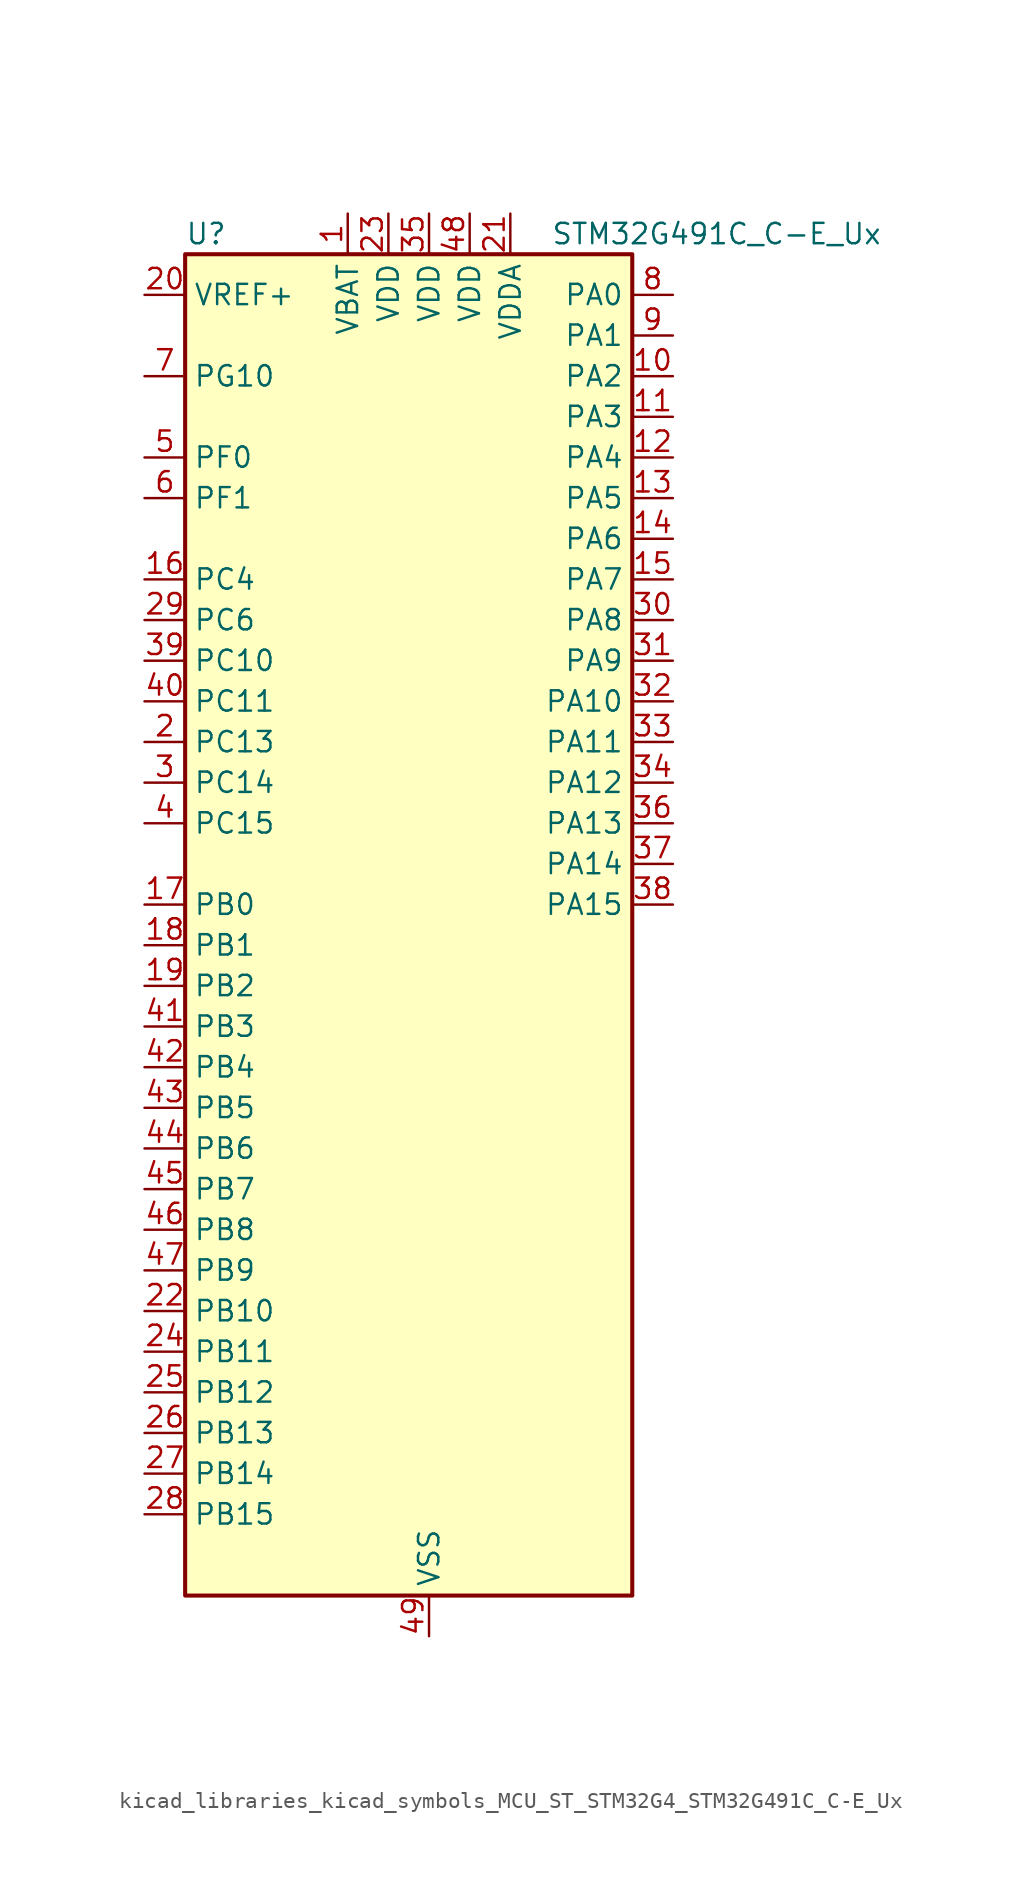
<source format=kicad_sym>
(kicad_symbol_lib
  (version 20220914)
  (generator kicad_symbol_editor)
  (symbol "kicad_libraries_kicad_symbols_MCU_ST_STM32G4_STM32G491C_C-E_Ux"
    (property "Reference" "U"
      (at -12.7 44.45 0)
      (effects (font (size 1.27 1.27)) (justify left)))
    (property "Value" "STM32G491C_C-E_Ux"
      (at 10.16 44.45 0)
      (effects (font (size 1.27 1.27)) (justify left)))
    (property "ki_locked" ""
      (at 0 0 0)
      (effects (font (size 1.27 1.27))))
    (symbol "kicad_libraries_kicad_symbols_MCU_ST_STM32G4_STM32G491C_C-E_Ux_0_1"
      (rectangle (start -12.7 -40.64) (end 15.24 43.18) (stroke (width 0.254) (type default)) (fill (type background))))
    (symbol "kicad_libraries_kicad_symbols_MCU_ST_STM32G4_STM32G491C_C-E_Ux_1_1"
      (pin power_in line (at -2.54 45.72 270) (length 2.54) (name "VBAT" (effects (font (size 1.27 1.27)))) (number "1" (effects (font (size 1.27 1.27)))))
      (pin bidirectional line (at 17.78 35.56 180) (length 2.54) (name "PA2" (effects (font (size 1.27 1.27)))) (number "10" (effects (font (size 1.27 1.27)))) (alternate "ADC1_IN3" bidirectional line) (alternate "ADC3_EXTI2" bidirectional line) (alternate "COMP2_INM" bidirectional line) (alternate "COMP2_OUT" bidirectional line) (alternate "LPUART1_TX" bidirectional line) (alternate "OPAMP1_VOUT" bidirectional line) (alternate "QUADSPI1_BK1_NCS" bidirectional line) (alternate "RCC_LSCO" bidirectional line) (alternate "SYS_WKUP4" bidirectional line) (alternate "TIM15_CH1" bidirectional line) (alternate "TIM2_CH3" bidirectional line) (alternate "UCPD1_FRSTX1" bidirectional line) (alternate "UCPD1_FRSTX2" bidirectional line) (alternate "USART2_TX" bidirectional line))
      (pin bidirectional line (at 17.78 33.02 180) (length 2.54) (name "PA3" (effects (font (size 1.27 1.27)))) (number "11" (effects (font (size 1.27 1.27)))) (alternate "ADC1_IN4" bidirectional line) (alternate "ADC3_EXTI3" bidirectional line) (alternate "COMP2_INP" bidirectional line) (alternate "LPUART1_RX" bidirectional line) (alternate "OPAMP1_VINM" bidirectional line) (alternate "OPAMP1_VINM0" bidirectional line) (alternate "OPAMP1_VINM_SEC" bidirectional line) (alternate "OPAMP1_VINP" bidirectional line) (alternate "OPAMP1_VINP_SEC" bidirectional line) (alternate "QUADSPI1_CLK" bidirectional line) (alternate "SAI1_CK1" bidirectional line) (alternate "SAI1_MCLK_A" bidirectional line) (alternate "TIM15_CH2" bidirectional line) (alternate "TIM2_CH4" bidirectional line) (alternate "USART2_RX" bidirectional line))
      (pin bidirectional line (at 17.78 30.48 180) (length 2.54) (name "PA4" (effects (font (size 1.27 1.27)))) (number "12" (effects (font (size 1.27 1.27)))) (alternate "ADC2_IN17" bidirectional line) (alternate "COMP1_INM" bidirectional line) (alternate "DAC1_OUT1" bidirectional line) (alternate "I2S3_WS" bidirectional line) (alternate "SAI1_FS_B" bidirectional line) (alternate "SPI1_NSS" bidirectional line) (alternate "SPI3_NSS" bidirectional line) (alternate "TIM3_CH2" bidirectional line) (alternate "USART2_CK" bidirectional line))
      (pin bidirectional line (at 17.78 27.94 180) (length 2.54) (name "PA5" (effects (font (size 1.27 1.27)))) (number "13" (effects (font (size 1.27 1.27)))) (alternate "ADC2_IN13" bidirectional line) (alternate "COMP2_INM" bidirectional line) (alternate "DAC1_OUT2" bidirectional line) (alternate "OPAMP2_VINM" bidirectional line) (alternate "OPAMP2_VINM0" bidirectional line) (alternate "OPAMP2_VINM_SEC" bidirectional line) (alternate "SPI1_SCK" bidirectional line) (alternate "TIM2_CH1" bidirectional line) (alternate "TIM2_ETR" bidirectional line) (alternate "UCPD1_FRSTX1" bidirectional line) (alternate "UCPD1_FRSTX2" bidirectional line))
      (pin bidirectional line (at 17.78 25.4 180) (length 2.54) (name "PA6" (effects (font (size 1.27 1.27)))) (number "14" (effects (font (size 1.27 1.27)))) (alternate "ADC2_IN3" bidirectional line) (alternate "COMP1_OUT" bidirectional line) (alternate "LPUART1_CTS" bidirectional line) (alternate "OPAMP2_VOUT" bidirectional line) (alternate "QUADSPI1_BK1_IO3" bidirectional line) (alternate "SPI1_MISO" bidirectional line) (alternate "TIM16_CH1" bidirectional line) (alternate "TIM1_BKIN" bidirectional line) (alternate "TIM3_CH1" bidirectional line) (alternate "TIM8_BKIN" bidirectional line))
      (pin bidirectional line (at 17.78 22.86 180) (length 2.54) (name "PA7" (effects (font (size 1.27 1.27)))) (number "15" (effects (font (size 1.27 1.27)))) (alternate "ADC2_IN4" bidirectional line) (alternate "COMP2_INP" bidirectional line) (alternate "COMP2_OUT" bidirectional line) (alternate "OPAMP1_VINP" bidirectional line) (alternate "OPAMP1_VINP_SEC" bidirectional line) (alternate "OPAMP2_VINP" bidirectional line) (alternate "OPAMP2_VINP_SEC" bidirectional line) (alternate "QUADSPI1_BK1_IO2" bidirectional line) (alternate "SPI1_MOSI" bidirectional line) (alternate "TIM17_CH1" bidirectional line) (alternate "TIM1_CH1N" bidirectional line) (alternate "TIM3_CH2" bidirectional line) (alternate "TIM8_CH1N" bidirectional line) (alternate "UCPD1_FRSTX1" bidirectional line) (alternate "UCPD1_FRSTX2" bidirectional line))
      (pin bidirectional line (at -15.24 22.86 0) (length 2.54) (name "PC4" (effects (font (size 1.27 1.27)))) (number "16" (effects (font (size 1.27 1.27)))) (alternate "ADC2_IN5" bidirectional line) (alternate "I2C2_SCL" bidirectional line) (alternate "QUADSPI1_BK2_IO3" bidirectional line) (alternate "TIM1_ETR" bidirectional line) (alternate "USART1_TX" bidirectional line))
      (pin bidirectional line (at -15.24 2.54 0) (length 2.54) (name "PB0" (effects (font (size 1.27 1.27)))) (number "17" (effects (font (size 1.27 1.27)))) (alternate "ADC1_IN15" bidirectional line) (alternate "ADC3_IN12" bidirectional line) (alternate "COMP4_INP" bidirectional line) (alternate "OPAMP2_VINP" bidirectional line) (alternate "OPAMP2_VINP_SEC" bidirectional line) (alternate "OPAMP3_VINP" bidirectional line) (alternate "OPAMP3_VINP_SEC" bidirectional line) (alternate "QUADSPI1_BK1_IO1" bidirectional line) (alternate "TIM1_CH2N" bidirectional line) (alternate "TIM3_CH3" bidirectional line) (alternate "TIM8_CH2N" bidirectional line) (alternate "UCPD1_FRSTX1" bidirectional line) (alternate "UCPD1_FRSTX2" bidirectional line))
      (pin bidirectional line (at -15.24 0 0) (length 2.54) (name "PB1" (effects (font (size 1.27 1.27)))) (number "18" (effects (font (size 1.27 1.27)))) (alternate "ADC1_IN12" bidirectional line) (alternate "ADC3_IN1" bidirectional line) (alternate "COMP1_INP" bidirectional line) (alternate "COMP4_OUT" bidirectional line) (alternate "LPUART1_DE" bidirectional line) (alternate "LPUART1_RTS" bidirectional line) (alternate "OPAMP3_VOUT" bidirectional line) (alternate "OPAMP6_VINM" bidirectional line) (alternate "OPAMP6_VINM1" bidirectional line) (alternate "OPAMP6_VINM_SEC" bidirectional line) (alternate "QUADSPI1_BK1_IO0" bidirectional line) (alternate "TIM1_CH3N" bidirectional line) (alternate "TIM3_CH4" bidirectional line) (alternate "TIM8_CH3N" bidirectional line))
      (pin bidirectional line (at -15.24 -2.54 0) (length 2.54) (name "PB2" (effects (font (size 1.27 1.27)))) (number "19" (effects (font (size 1.27 1.27)))) (alternate "ADC2_IN12" bidirectional line) (alternate "ADC3_EXTI2" bidirectional line) (alternate "COMP4_INM" bidirectional line) (alternate "I2C3_SMBA" bidirectional line) (alternate "LPTIM1_OUT" bidirectional line) (alternate "OPAMP3_VINM" bidirectional line) (alternate "OPAMP3_VINM0" bidirectional line) (alternate "OPAMP3_VINM_SEC" bidirectional line) (alternate "QUADSPI1_BK2_IO1" bidirectional line) (alternate "RTC_OUT2" bidirectional line) (alternate "TIM20_CH1" bidirectional line))
      (pin bidirectional line (at -15.24 12.7 0) (length 2.54) (name "PC13" (effects (font (size 1.27 1.27)))) (number "2" (effects (font (size 1.27 1.27)))) (alternate "RTC_OUT1" bidirectional line) (alternate "RTC_TAMP1" bidirectional line) (alternate "RTC_TS" bidirectional line) (alternate "SYS_WKUP2" bidirectional line) (alternate "TIM1_BKIN" bidirectional line) (alternate "TIM1_CH1N" bidirectional line) (alternate "TIM8_CH4N" bidirectional line))
      (pin input line (at -15.24 40.64 0) (length 2.54) (name "VREF+" (effects (font (size 1.27 1.27)))) (number "20" (effects (font (size 1.27 1.27)))) (alternate "VREFBUF_OUT" bidirectional line))
      (pin power_in line (at 7.62 45.72 270) (length 2.54) (name "VDDA" (effects (font (size 1.27 1.27)))) (number "21" (effects (font (size 1.27 1.27)))))
      (pin bidirectional line (at -15.24 -22.86 0) (length 2.54) (name "PB10" (effects (font (size 1.27 1.27)))) (number "22" (effects (font (size 1.27 1.27)))) (alternate "DAC1_EXTI10" bidirectional line) (alternate "DAC3_EXTI10" bidirectional line) (alternate "LPUART1_RX" bidirectional line) (alternate "OPAMP3_VINM" bidirectional line) (alternate "OPAMP3_VINM1" bidirectional line) (alternate "OPAMP3_VINM_SEC" bidirectional line) (alternate "QUADSPI1_CLK" bidirectional line) (alternate "SAI1_SCK_A" bidirectional line) (alternate "TIM1_BKIN" bidirectional line) (alternate "TIM2_CH3" bidirectional line) (alternate "USART3_TX" bidirectional line))
      (pin power_in line (at 0 45.72 270) (length 2.54) (name "VDD" (effects (font (size 1.27 1.27)))) (number "23" (effects (font (size 1.27 1.27)))))
      (pin bidirectional line (at -15.24 -25.4 0) (length 2.54) (name "PB11" (effects (font (size 1.27 1.27)))) (number "24" (effects (font (size 1.27 1.27)))) (alternate "ADC1_EXTI11" bidirectional line) (alternate "ADC1_IN14" bidirectional line) (alternate "ADC2_EXTI11" bidirectional line) (alternate "ADC2_IN14" bidirectional line) (alternate "LPUART1_TX" bidirectional line) (alternate "OPAMP6_VOUT" bidirectional line) (alternate "QUADSPI1_BK1_NCS" bidirectional line) (alternate "TIM2_CH4" bidirectional line) (alternate "USART3_RX" bidirectional line))
      (pin bidirectional line (at -15.24 -27.94 0) (length 2.54) (name "PB12" (effects (font (size 1.27 1.27)))) (number "25" (effects (font (size 1.27 1.27)))) (alternate "ADC1_IN11" bidirectional line) (alternate "FDCAN2_RX" bidirectional line) (alternate "I2C2_SMBA" bidirectional line) (alternate "I2S2_WS" bidirectional line) (alternate "LPUART1_DE" bidirectional line) (alternate "LPUART1_RTS" bidirectional line) (alternate "OPAMP6_VINP" bidirectional line) (alternate "OPAMP6_VINP_SEC" bidirectional line) (alternate "SPI2_NSS" bidirectional line) (alternate "TIM1_BKIN" bidirectional line) (alternate "USART3_CK" bidirectional line))
      (pin bidirectional line (at -15.24 -30.48 0) (length 2.54) (name "PB13" (effects (font (size 1.27 1.27)))) (number "26" (effects (font (size 1.27 1.27)))) (alternate "ADC3_IN5" bidirectional line) (alternate "FDCAN2_TX" bidirectional line) (alternate "I2S2_CK" bidirectional line) (alternate "LPUART1_CTS" bidirectional line) (alternate "OPAMP3_VINP" bidirectional line) (alternate "OPAMP3_VINP_SEC" bidirectional line) (alternate "OPAMP6_VINP" bidirectional line) (alternate "OPAMP6_VINP_SEC" bidirectional line) (alternate "SPI2_SCK" bidirectional line) (alternate "TIM1_CH1N" bidirectional line) (alternate "USART3_CTS" bidirectional line) (alternate "USART3_NSS" bidirectional line))
      (pin bidirectional line (at -15.24 -33.02 0) (length 2.54) (name "PB14" (effects (font (size 1.27 1.27)))) (number "27" (effects (font (size 1.27 1.27)))) (alternate "ADC1_IN5" bidirectional line) (alternate "COMP4_OUT" bidirectional line) (alternate "OPAMP2_VINP" bidirectional line) (alternate "OPAMP2_VINP_SEC" bidirectional line) (alternate "SPI2_MISO" bidirectional line) (alternate "TIM15_CH1" bidirectional line) (alternate "TIM1_CH2N" bidirectional line) (alternate "USART3_DE" bidirectional line) (alternate "USART3_RTS" bidirectional line))
      (pin bidirectional line (at -15.24 -35.56 0) (length 2.54) (name "PB15" (effects (font (size 1.27 1.27)))) (number "28" (effects (font (size 1.27 1.27)))) (alternate "ADC1_EXTI15" bidirectional line) (alternate "ADC2_EXTI15" bidirectional line) (alternate "ADC2_IN15" bidirectional line) (alternate "COMP3_OUT" bidirectional line) (alternate "I2S2_SD" bidirectional line) (alternate "RTC_REFIN" bidirectional line) (alternate "SPI2_MOSI" bidirectional line) (alternate "TIM15_CH1N" bidirectional line) (alternate "TIM15_CH2" bidirectional line) (alternate "TIM1_CH3N" bidirectional line))
      (pin bidirectional line (at -15.24 20.32 0) (length 2.54) (name "PC6" (effects (font (size 1.27 1.27)))) (number "29" (effects (font (size 1.27 1.27)))) (alternate "I2S2_MCK" bidirectional line) (alternate "TIM3_CH1" bidirectional line) (alternate "TIM8_CH1" bidirectional line))
      (pin bidirectional line (at -15.24 10.16 0) (length 2.54) (name "PC14" (effects (font (size 1.27 1.27)))) (number "3" (effects (font (size 1.27 1.27)))) (alternate "RCC_OSC32_IN" bidirectional line))
      (pin bidirectional line (at 17.78 20.32 180) (length 2.54) (name "PA8" (effects (font (size 1.27 1.27)))) (number "30" (effects (font (size 1.27 1.27)))) (alternate "I2C2_SDA" bidirectional line) (alternate "I2C3_SCL" bidirectional line) (alternate "I2S2_MCK" bidirectional line) (alternate "RCC_MCO" bidirectional line) (alternate "SAI1_CK2" bidirectional line) (alternate "SAI1_SCK_A" bidirectional line) (alternate "TIM1_CH1" bidirectional line) (alternate "TIM4_ETR" bidirectional line) (alternate "USART1_CK" bidirectional line))
      (pin bidirectional line (at 17.78 17.78 180) (length 2.54) (name "PA9" (effects (font (size 1.27 1.27)))) (number "31" (effects (font (size 1.27 1.27)))) (alternate "DAC1_EXTI9" bidirectional line) (alternate "DAC3_EXTI9" bidirectional line) (alternate "I2C2_SCL" bidirectional line) (alternate "I2C3_SMBA" bidirectional line) (alternate "I2S3_MCK" bidirectional line) (alternate "SAI1_FS_A" bidirectional line) (alternate "TIM15_BKIN" bidirectional line) (alternate "TIM1_CH2" bidirectional line) (alternate "TIM2_CH3" bidirectional line) (alternate "UCPD1_DBCC1" bidirectional line) (alternate "USART1_TX" bidirectional line))
      (pin bidirectional line (at 17.78 15.24 180) (length 2.54) (name "PA10" (effects (font (size 1.27 1.27)))) (number "32" (effects (font (size 1.27 1.27)))) (alternate "CRS_SYNC" bidirectional line) (alternate "DAC1_EXTI10" bidirectional line) (alternate "DAC3_EXTI10" bidirectional line) (alternate "I2C2_SMBA" bidirectional line) (alternate "SAI1_D1" bidirectional line) (alternate "SAI1_SD_A" bidirectional line) (alternate "SPI2_MISO" bidirectional line) (alternate "TIM17_BKIN" bidirectional line) (alternate "TIM1_CH3" bidirectional line) (alternate "TIM2_CH4" bidirectional line) (alternate "TIM8_BKIN" bidirectional line) (alternate "UCPD1_DBCC2" bidirectional line) (alternate "USART1_RX" bidirectional line))
      (pin bidirectional line (at 17.78 12.7 180) (length 2.54) (name "PA11" (effects (font (size 1.27 1.27)))) (number "33" (effects (font (size 1.27 1.27)))) (alternate "ADC1_EXTI11" bidirectional line) (alternate "ADC2_EXTI11" bidirectional line) (alternate "COMP1_OUT" bidirectional line) (alternate "FDCAN1_RX" bidirectional line) (alternate "I2S2_SD" bidirectional line) (alternate "SPI2_MOSI" bidirectional line) (alternate "TIM1_BKIN2" bidirectional line) (alternate "TIM1_CH1N" bidirectional line) (alternate "TIM1_CH4" bidirectional line) (alternate "TIM4_CH1" bidirectional line) (alternate "USART1_CTS" bidirectional line) (alternate "USART1_NSS" bidirectional line) (alternate "USB_DM" bidirectional line))
      (pin bidirectional line (at 17.78 10.16 180) (length 2.54) (name "PA12" (effects (font (size 1.27 1.27)))) (number "34" (effects (font (size 1.27 1.27)))) (alternate "COMP2_OUT" bidirectional line) (alternate "FDCAN1_TX" bidirectional line) (alternate "I2S_CKIN" bidirectional line) (alternate "TIM16_CH1" bidirectional line) (alternate "TIM1_CH2N" bidirectional line) (alternate "TIM1_ETR" bidirectional line) (alternate "TIM4_CH2" bidirectional line) (alternate "USART1_DE" bidirectional line) (alternate "USART1_RTS" bidirectional line) (alternate "USB_DP" bidirectional line))
      (pin power_in line (at 2.54 45.72 270) (length 2.54) (name "VDD" (effects (font (size 1.27 1.27)))) (number "35" (effects (font (size 1.27 1.27)))))
      (pin bidirectional line (at 17.78 7.62 180) (length 2.54) (name "PA13" (effects (font (size 1.27 1.27)))) (number "36" (effects (font (size 1.27 1.27)))) (alternate "I2C1_SCL" bidirectional line) (alternate "IR_OUT" bidirectional line) (alternate "SAI1_SD_B" bidirectional line) (alternate "SYS_JTMS-SWDIO" bidirectional line) (alternate "TIM16_CH1N" bidirectional line) (alternate "TIM4_CH3" bidirectional line) (alternate "USART3_CTS" bidirectional line) (alternate "USART3_NSS" bidirectional line))
      (pin bidirectional line (at 17.78 5.08 180) (length 2.54) (name "PA14" (effects (font (size 1.27 1.27)))) (number "37" (effects (font (size 1.27 1.27)))) (alternate "I2C1_SDA" bidirectional line) (alternate "LPTIM1_OUT" bidirectional line) (alternate "SAI1_FS_B" bidirectional line) (alternate "SYS_JTCK-SWCLK" bidirectional line) (alternate "TIM1_BKIN" bidirectional line) (alternate "TIM8_CH2" bidirectional line) (alternate "USART2_TX" bidirectional line))
      (pin bidirectional line (at 17.78 2.54 180) (length 2.54) (name "PA15" (effects (font (size 1.27 1.27)))) (number "38" (effects (font (size 1.27 1.27)))) (alternate "ADC1_EXTI15" bidirectional line) (alternate "ADC2_EXTI15" bidirectional line) (alternate "I2C1_SCL" bidirectional line) (alternate "I2S3_WS" bidirectional line) (alternate "SPI1_NSS" bidirectional line) (alternate "SPI3_NSS" bidirectional line) (alternate "SYS_JTDI" bidirectional line) (alternate "TIM1_BKIN" bidirectional line) (alternate "TIM20_ETR" bidirectional line) (alternate "TIM2_CH1" bidirectional line) (alternate "TIM2_ETR" bidirectional line) (alternate "TIM8_CH1" bidirectional line) (alternate "USART2_RX" bidirectional line))
      (pin bidirectional line (at -15.24 17.78 0) (length 2.54) (name "PC10" (effects (font (size 1.27 1.27)))) (number "39" (effects (font (size 1.27 1.27)))) (alternate "DAC1_EXTI10" bidirectional line) (alternate "DAC3_EXTI10" bidirectional line) (alternate "I2S3_CK" bidirectional line) (alternate "SPI3_SCK" bidirectional line) (alternate "TIM8_CH1N" bidirectional line) (alternate "USART3_TX" bidirectional line))
      (pin bidirectional line (at -15.24 7.62 0) (length 2.54) (name "PC15" (effects (font (size 1.27 1.27)))) (number "4" (effects (font (size 1.27 1.27)))) (alternate "ADC1_EXTI15" bidirectional line) (alternate "ADC2_EXTI15" bidirectional line) (alternate "RCC_OSC32_OUT" bidirectional line))
      (pin bidirectional line (at -15.24 15.24 0) (length 2.54) (name "PC11" (effects (font (size 1.27 1.27)))) (number "40" (effects (font (size 1.27 1.27)))) (alternate "ADC1_EXTI11" bidirectional line) (alternate "ADC2_EXTI11" bidirectional line) (alternate "I2C3_SDA" bidirectional line) (alternate "SPI3_MISO" bidirectional line) (alternate "TIM8_CH2N" bidirectional line) (alternate "USART3_RX" bidirectional line))
      (pin bidirectional line (at -15.24 -5.08 0) (length 2.54) (name "PB3" (effects (font (size 1.27 1.27)))) (number "41" (effects (font (size 1.27 1.27)))) (alternate "ADC3_EXTI3" bidirectional line) (alternate "CRS_SYNC" bidirectional line) (alternate "I2S3_CK" bidirectional line) (alternate "SAI1_SCK_B" bidirectional line) (alternate "SPI1_SCK" bidirectional line) (alternate "SPI3_SCK" bidirectional line) (alternate "SYS_JTDO-SWO" bidirectional line) (alternate "TIM2_CH2" bidirectional line) (alternate "TIM3_ETR" bidirectional line) (alternate "TIM4_ETR" bidirectional line) (alternate "TIM8_CH1N" bidirectional line) (alternate "USART2_TX" bidirectional line))
      (pin bidirectional line (at -15.24 -7.62 0) (length 2.54) (name "PB4" (effects (font (size 1.27 1.27)))) (number "42" (effects (font (size 1.27 1.27)))) (alternate "SAI1_MCLK_B" bidirectional line) (alternate "SPI1_MISO" bidirectional line) (alternate "SPI3_MISO" bidirectional line) (alternate "SYS_JTRST" bidirectional line) (alternate "TIM16_CH1" bidirectional line) (alternate "TIM17_BKIN" bidirectional line) (alternate "TIM3_CH1" bidirectional line) (alternate "TIM8_CH2N" bidirectional line) (alternate "UCPD1_CC2" bidirectional line) (alternate "USART2_RX" bidirectional line))
      (pin bidirectional line (at -15.24 -10.16 0) (length 2.54) (name "PB5" (effects (font (size 1.27 1.27)))) (number "43" (effects (font (size 1.27 1.27)))) (alternate "FDCAN2_RX" bidirectional line) (alternate "I2C1_SMBA" bidirectional line) (alternate "I2C3_SDA" bidirectional line) (alternate "I2S3_SD" bidirectional line) (alternate "LPTIM1_IN1" bidirectional line) (alternate "SAI1_SD_B" bidirectional line) (alternate "SPI1_MOSI" bidirectional line) (alternate "SPI3_MOSI" bidirectional line) (alternate "TIM16_BKIN" bidirectional line) (alternate "TIM17_CH1" bidirectional line) (alternate "TIM3_CH2" bidirectional line) (alternate "TIM8_CH3N" bidirectional line) (alternate "USART2_CK" bidirectional line))
      (pin bidirectional line (at -15.24 -12.7 0) (length 2.54) (name "PB6" (effects (font (size 1.27 1.27)))) (number "44" (effects (font (size 1.27 1.27)))) (alternate "COMP4_OUT" bidirectional line) (alternate "FDCAN2_TX" bidirectional line) (alternate "LPTIM1_ETR" bidirectional line) (alternate "SAI1_FS_B" bidirectional line) (alternate "TIM16_CH1N" bidirectional line) (alternate "TIM4_CH1" bidirectional line) (alternate "TIM8_BKIN2" bidirectional line) (alternate "TIM8_CH1" bidirectional line) (alternate "TIM8_ETR" bidirectional line) (alternate "UCPD1_CC1" bidirectional line) (alternate "USART1_TX" bidirectional line))
      (pin bidirectional line (at -15.24 -15.24 0) (length 2.54) (name "PB7" (effects (font (size 1.27 1.27)))) (number "45" (effects (font (size 1.27 1.27)))) (alternate "COMP3_OUT" bidirectional line) (alternate "I2C1_SDA" bidirectional line) (alternate "LPTIM1_IN2" bidirectional line) (alternate "SYS_PVD_IN" bidirectional line) (alternate "TIM17_CH1N" bidirectional line) (alternate "TIM3_CH4" bidirectional line) (alternate "TIM4_CH2" bidirectional line) (alternate "TIM8_BKIN" bidirectional line) (alternate "USART1_RX" bidirectional line))
      (pin bidirectional line (at -15.24 -17.78 0) (length 2.54) (name "PB8" (effects (font (size 1.27 1.27)))) (number "46" (effects (font (size 1.27 1.27)))) (alternate "COMP1_OUT" bidirectional line) (alternate "FDCAN1_RX" bidirectional line) (alternate "I2C1_SCL" bidirectional line) (alternate "SAI1_CK1" bidirectional line) (alternate "SAI1_MCLK_A" bidirectional line) (alternate "TIM16_CH1" bidirectional line) (alternate "TIM1_BKIN" bidirectional line) (alternate "TIM4_CH3" bidirectional line) (alternate "TIM8_CH2" bidirectional line) (alternate "USART3_RX" bidirectional line))
      (pin bidirectional line (at -15.24 -20.32 0) (length 2.54) (name "PB9" (effects (font (size 1.27 1.27)))) (number "47" (effects (font (size 1.27 1.27)))) (alternate "COMP2_OUT" bidirectional line) (alternate "DAC1_EXTI9" bidirectional line) (alternate "DAC3_EXTI9" bidirectional line) (alternate "FDCAN1_TX" bidirectional line) (alternate "I2C1_SDA" bidirectional line) (alternate "IR_OUT" bidirectional line) (alternate "SAI1_D2" bidirectional line) (alternate "SAI1_FS_A" bidirectional line) (alternate "TIM17_CH1" bidirectional line) (alternate "TIM1_CH3N" bidirectional line) (alternate "TIM4_CH4" bidirectional line) (alternate "TIM8_CH3" bidirectional line) (alternate "USART3_TX" bidirectional line))
      (pin power_in line (at 5.08 45.72 270) (length 2.54) (name "VDD" (effects (font (size 1.27 1.27)))) (number "48" (effects (font (size 1.27 1.27)))))
      (pin power_in line (at 2.54 -43.18 90) (length 2.54) (name "VSS" (effects (font (size 1.27 1.27)))) (number "49" (effects (font (size 1.27 1.27)))))
      (pin bidirectional line (at -15.24 30.48 0) (length 2.54) (name "PF0" (effects (font (size 1.27 1.27)))) (number "5" (effects (font (size 1.27 1.27)))) (alternate "ADC1_IN10" bidirectional line) (alternate "I2C2_SDA" bidirectional line) (alternate "I2S2_WS" bidirectional line) (alternate "RCC_OSC_IN" bidirectional line) (alternate "SPI2_NSS" bidirectional line) (alternate "TIM1_CH3N" bidirectional line))
      (pin bidirectional line (at -15.24 27.94 0) (length 2.54) (name "PF1" (effects (font (size 1.27 1.27)))) (number "6" (effects (font (size 1.27 1.27)))) (alternate "ADC2_IN10" bidirectional line) (alternate "COMP3_INM" bidirectional line) (alternate "I2S2_CK" bidirectional line) (alternate "RCC_OSC_OUT" bidirectional line) (alternate "SPI2_SCK" bidirectional line))
      (pin bidirectional line (at -15.24 35.56 0) (length 2.54) (name "PG10" (effects (font (size 1.27 1.27)))) (number "7" (effects (font (size 1.27 1.27)))) (alternate "DAC1_EXTI10" bidirectional line) (alternate "DAC3_EXTI10" bidirectional line) (alternate "RCC_MCO" bidirectional line))
      (pin bidirectional line (at 17.78 40.64 180) (length 2.54) (name "PA0" (effects (font (size 1.27 1.27)))) (number "8" (effects (font (size 1.27 1.27)))) (alternate "ADC1_IN1" bidirectional line) (alternate "ADC2_IN1" bidirectional line) (alternate "COMP1_INM" bidirectional line) (alternate "COMP1_OUT" bidirectional line) (alternate "COMP3_INP" bidirectional line) (alternate "RTC_TAMP2" bidirectional line) (alternate "SYS_WKUP1" bidirectional line) (alternate "TIM2_CH1" bidirectional line) (alternate "TIM2_ETR" bidirectional line) (alternate "TIM8_BKIN" bidirectional line) (alternate "TIM8_ETR" bidirectional line) (alternate "USART2_CTS" bidirectional line) (alternate "USART2_NSS" bidirectional line))
      (pin bidirectional line (at 17.78 38.1 180) (length 2.54) (name "PA1" (effects (font (size 1.27 1.27)))) (number "9" (effects (font (size 1.27 1.27)))) (alternate "ADC1_IN2" bidirectional line) (alternate "ADC2_IN2" bidirectional line) (alternate "COMP1_INP" bidirectional line) (alternate "OPAMP1_VINP" bidirectional line) (alternate "OPAMP1_VINP_SEC" bidirectional line) (alternate "OPAMP3_VINP" bidirectional line) (alternate "OPAMP3_VINP_SEC" bidirectional line) (alternate "OPAMP6_VINM" bidirectional line) (alternate "OPAMP6_VINM0" bidirectional line) (alternate "OPAMP6_VINM_SEC" bidirectional line) (alternate "RTC_REFIN" bidirectional line) (alternate "TIM15_CH1N" bidirectional line) (alternate "TIM2_CH2" bidirectional line) (alternate "USART2_DE" bidirectional line) (alternate "USART2_RTS" bidirectional line)))))
</source>
